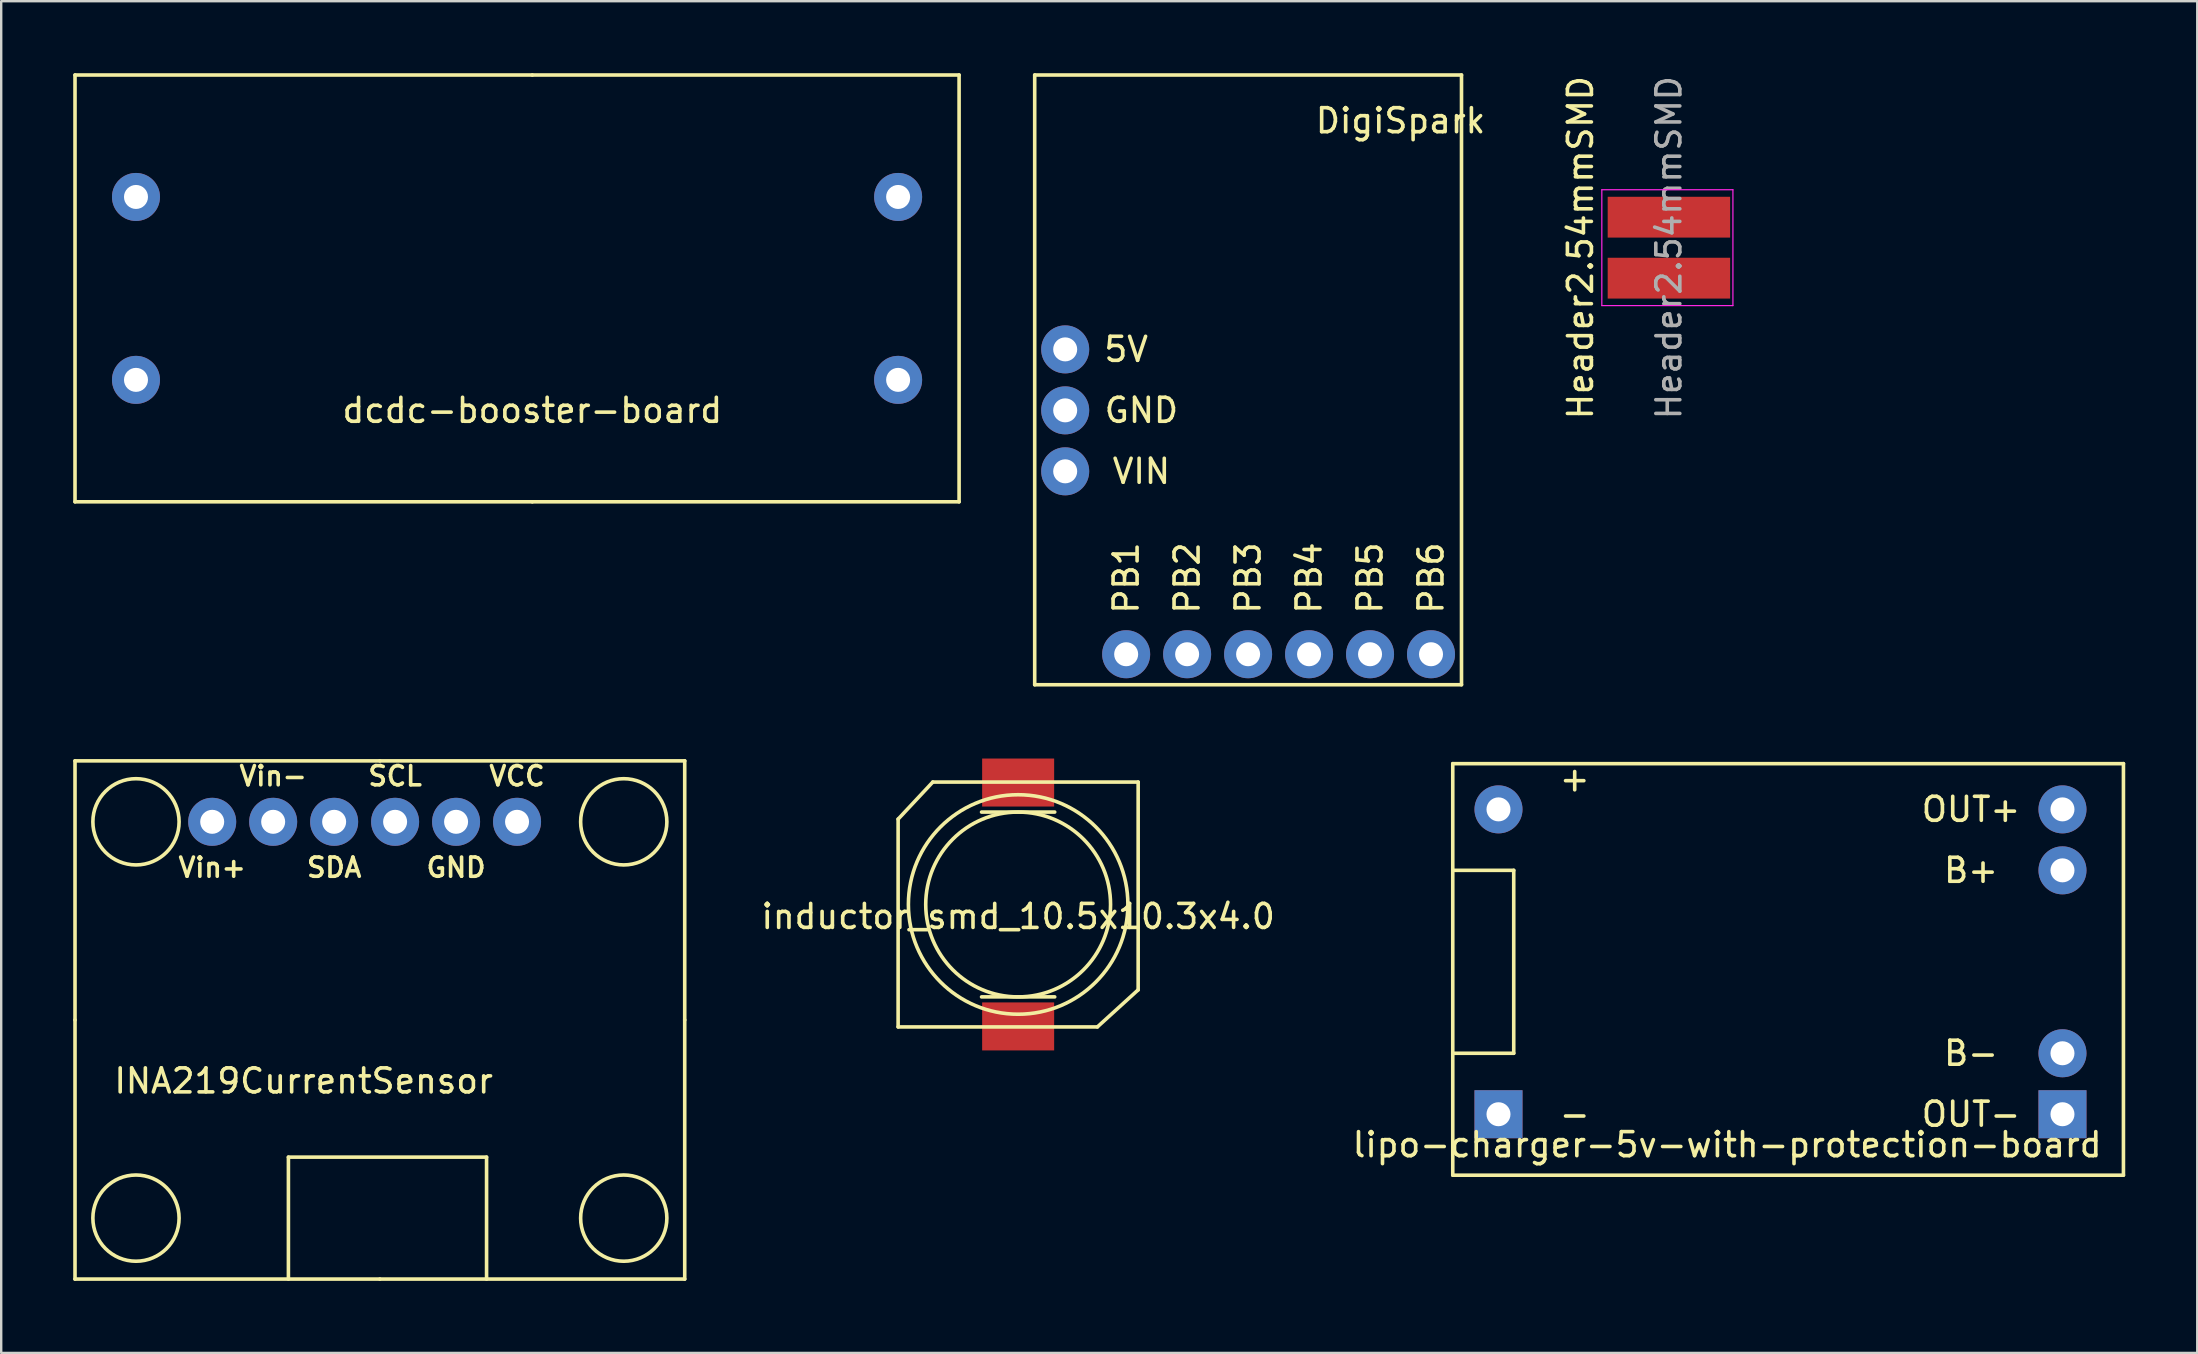
<source format=kicad_pcb>
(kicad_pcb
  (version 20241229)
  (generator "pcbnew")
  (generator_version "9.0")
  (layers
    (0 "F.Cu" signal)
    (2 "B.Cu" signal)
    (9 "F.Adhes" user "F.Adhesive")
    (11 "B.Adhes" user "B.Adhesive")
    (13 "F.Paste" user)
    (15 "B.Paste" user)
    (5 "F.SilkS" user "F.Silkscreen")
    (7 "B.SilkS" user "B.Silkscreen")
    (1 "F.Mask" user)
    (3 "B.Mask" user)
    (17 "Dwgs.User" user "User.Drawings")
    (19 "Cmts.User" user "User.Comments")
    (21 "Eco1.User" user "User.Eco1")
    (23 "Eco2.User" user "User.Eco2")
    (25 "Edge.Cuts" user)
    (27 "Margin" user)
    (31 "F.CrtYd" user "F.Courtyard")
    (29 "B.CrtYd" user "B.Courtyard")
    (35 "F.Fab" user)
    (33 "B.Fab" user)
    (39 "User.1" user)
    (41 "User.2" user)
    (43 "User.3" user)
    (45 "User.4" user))
  (footprint "INA219CurrentSensor"
    (layer "F.Cu")
    (at 12.775 39.441)
    (property "Reference" "INA219CurrentSensor" (at -3.175 2.54 0) (layer "F.SilkS") (effects (font (size 1 1) (thickness 0.15))))
    (attr through_hole)
    (fp_line (start -12.7 -10.795) (end 0 -10.795) (stroke (width 0.15) (type solid)) (layer "F.SilkS"))
    (fp_line (start -12.7 0) (end -12.7 -10.795) (stroke (width 0.15) (type solid)) (layer "F.SilkS"))
    (fp_line (start -12.7 10.795) (end -12.7 0) (stroke (width 0.15) (type solid)) (layer "F.SilkS"))
    (fp_line (start -3.81 5.715) (end -3.81 10.795) (stroke (width 0.15) (type solid)) (layer "F.SilkS"))
    (fp_line (start 0 -10.795) (end 12.7 -10.795) (stroke (width 0.15) (type solid)) (layer "F.SilkS"))
    (fp_line (start 0 10.795) (end -12.7 10.795) (stroke (width 0.15) (type solid)) (layer "F.SilkS"))
    (fp_line (start 4.445 5.715) (end -3.81 5.715) (stroke (width 0.15) (type solid)) (layer "F.SilkS"))
    (fp_line (start 4.445 10.795) (end 4.445 5.715) (stroke (width 0.15) (type solid)) (layer "F.SilkS"))
    (fp_line (start 12.7 -10.795) (end 12.7 0) (stroke (width 0.15) (type solid)) (layer "F.SilkS"))
    (fp_line (start 12.7 0) (end 12.7 10.795) (stroke (width 0.15) (type solid)) (layer "F.SilkS"))
    (fp_line (start 12.7 10.795) (end 0 10.795) (stroke (width 0.15) (type solid)) (layer "F.SilkS"))
    (fp_circle (center -10.16 -8.255) (end -11.43 -6.985) (stroke (width 0.15) (type solid)) (fill no) (layer "F.SilkS"))
    (fp_circle (center -10.16 8.255) (end -11.43 9.525) (stroke (width 0.15) (type solid)) (fill no) (layer "F.SilkS"))
    (fp_circle (center 10.16 -8.255) (end 8.89 -6.985) (stroke (width 0.15) (type solid)) (fill no) (layer "F.SilkS"))
    (fp_circle (center 10.16 8.255) (end 8.89 9.525) (stroke (width 0.15) (type solid)) (fill no) (layer "F.SilkS"))
    (fp_text user "VCC" (at 5.715 -10.16 0) (layer "F.SilkS") (effects (font (size 0.8 0.8) (thickness 0.15))))
    (fp_text user "SDA" (at -1.905 -6.35 0) (layer "F.SilkS") (effects (font (size 0.8 0.8) (thickness 0.15))))
    (fp_text user "Vin-" (at -4.445 -10.16 0) (layer "F.SilkS") (effects (font (size 0.8 0.8) (thickness 0.15))))
    (fp_text user "Vin+" (at -6.985 -6.35 0) (layer "F.SilkS") (effects (font (size 0.8 0.8) (thickness 0.15))))
    (fp_text user "GND" (at 3.175 -6.35 0) (layer "F.SilkS") (effects (font (size 0.8 0.8) (thickness 0.15))))
    (fp_text user "SCL" (at 0.635 -10.16 0) (layer "F.SilkS") (effects (font (size 0.8 0.8) (thickness 0.15))))
    (pad "1" thru_hole circle (at -6.985 -8.255) (size 2 2) (drill 1) (layers "*.Cu" "*.Mask"))
    (pad "2" thru_hole circle (at -4.445 -8.255) (size 2 2) (drill 1) (layers "*.Cu" "*.Mask"))
    (pad "3" thru_hole circle (at -1.905 -8.255) (size 2 2) (drill 1) (layers "*.Cu" "*.Mask"))
    (pad "4" thru_hole circle (at 0.635 -8.255) (size 2 2) (drill 1) (layers "*.Cu" "*.Mask"))
    (pad "5" thru_hole circle (at 3.175 -8.255) (size 2 2) (drill 1) (layers "*.Cu" "*.Mask"))
    (pad "6" thru_hole circle (at 5.715 -8.255) (size 2 2) (drill 1) (layers "*.Cu" "*.Mask")))
  (footprint "DigiSpark"
    (layer "F.Cu")
    (at 45.135 14.045)
    (property "Reference" "DigiSpark" (at 10.16 -12.065 0) (layer "F.SilkS") (effects (font (size 1 1) (thickness 0.15))))
    (attr through_hole)
    (fp_line (start -5.08 -13.97) (end 12.7 -13.97) (stroke (width 0.15) (type solid)) (layer "F.SilkS"))
    (fp_line (start -5.08 11.43) (end -5.08 -13.97) (stroke (width 0.15) (type solid)) (layer "F.SilkS"))
    (fp_line (start 12.7 -13.97) (end 12.7 11.43) (stroke (width 0.15) (type solid)) (layer "F.SilkS"))
    (fp_line (start 12.7 11.43) (end -5.08 11.43) (stroke (width 0.15) (type solid)) (layer "F.SilkS"))
    (fp_text user "VIN" (at -0.635 2.54 0) (layer "F.SilkS") (effects (font (size 1 1) (thickness 0.15))))
    (fp_text user "PB1" (at -1.27 6.985 90) (layer "F.SilkS") (effects (font (size 1 1) (thickness 0.15))))
    (fp_text user "PB6" (at 11.43 6.985 90) (layer "F.SilkS") (effects (font (size 1 1) (thickness 0.15))))
    (fp_text user "5V" (at -1.27 -2.54 0) (layer "F.SilkS") (effects (font (size 1 1) (thickness 0.15))))
    (fp_text user "PB3" (at 3.81 6.985 90) (layer "F.SilkS") (effects (font (size 1 1) (thickness 0.15))))
    (fp_text user "GND" (at -0.635 0 0) (layer "F.SilkS") (effects (font (size 1 1) (thickness 0.15))))
    (fp_text user "PB2" (at 1.27 6.985 90) (layer "F.SilkS") (effects (font (size 1 1) (thickness 0.15))))
    (fp_text user "PB5" (at 8.89 6.985 90) (layer "F.SilkS") (effects (font (size 1 1) (thickness 0.15))))
    (fp_text user "PB4" (at 6.35 6.985 90) (layer "F.SilkS") (effects (font (size 1 1) (thickness 0.15))))
    (pad "1" thru_hole circle (at -3.81 -2.54) (size 2 2) (drill 1) (layers "*.Cu" "*.Mask"))
    (pad "2" thru_hole circle (at -3.81 0) (size 2 2) (drill 1) (layers "*.Cu" "*.Mask"))
    (pad "3" thru_hole circle (at -3.81 2.54) (size 2 2) (drill 1) (layers "*.Cu" "*.Mask"))
    (pad "4" thru_hole circle (at -1.27 10.16) (size 2 2) (drill 1) (layers "*.Cu" "*.Mask"))
    (pad "5" thru_hole circle (at 1.27 10.16) (size 2 2) (drill 1) (layers "*.Cu" "*.Mask"))
    (pad "6" thru_hole circle (at 3.81 10.16) (size 2 2) (drill 1) (layers "*.Cu" "*.Mask"))
    (pad "7" thru_hole circle (at 6.35 10.16) (size 2 2) (drill 1) (layers "*.Cu" "*.Mask"))
    (pad "8" thru_hole circle (at 8.89 10.16) (size 2 2) (drill 1) (layers "*.Cu" "*.Mask"))
    (pad "9" thru_hole circle (at 11.43 10.16) (size 2 2) (drill 1) (layers "*.Cu" "*.Mask")))
  (footprint "dcdc-booster-board"
    (layer "F.Cu")
    (at 19.125 8.965)
    (property "Reference" "dcdc-booster-board" (at 0 5.08 0) (layer "F.SilkS") (effects (font (size 1 1) (thickness 0.15))))
    (attr through_hole)
    (fp_line (start -19.05 -8.89) (end -19.05 8.89) (stroke (width 0.15) (type solid)) (layer "F.SilkS"))
    (fp_line (start -19.05 8.89) (end 0 8.89) (stroke (width 0.15) (type solid)) (layer "F.SilkS"))
    (fp_line (start 0 -8.89) (end -19.05 -8.89) (stroke (width 0.15) (type solid)) (layer "F.SilkS"))
    (fp_line (start 0 8.89) (end 17.78 8.89) (stroke (width 0.15) (type solid)) (layer "F.SilkS"))
    (fp_line (start 17.78 -8.89) (end 0 -8.89) (stroke (width 0.15) (type solid)) (layer "F.SilkS"))
    (fp_line (start 17.78 -8.89) (end 17.78 8.89) (stroke (width 0.15) (type solid)) (layer "F.SilkS"))
    (pad "1" thru_hole circle (at -16.51 -3.81) (size 2 2) (drill 1) (layers "*.Cu" "*.Mask"))
    (pad "2" thru_hole circle (at -16.51 3.81) (size 2 2) (drill 1) (layers "*.Cu" "*.Mask"))
    (pad "3" thru_hole circle (at 15.24 3.81) (size 2 2) (drill 1) (layers "*.Cu" "*.Mask"))
    (pad "4" thru_hole circle (at 15.24 -3.81) (size 2 2) (drill 1) (layers "*.Cu" "*.Mask")))
  (footprint "inductor_smd_10.5x10.3x4.0"
    (layer "F.Cu")
    (at 39.365 34.63)
    (property "Reference" "inductor_smd_10.5x10.3x4.0" (at 0 0.5 0) (layer "F.SilkS") (effects (font (size 1 1) (thickness 0.15))))
    (attr through_hole)
    (fp_line (start -5 -3.556) (end -5 5.1) (stroke (width 0.15) (type solid)) (layer "F.SilkS"))
    (fp_line (start -5 -3.556) (end -3.556 -5.1) (stroke (width 0.15) (type solid)) (layer "F.SilkS"))
    (fp_line (start -5 5.1) (end 3.302 5.1) (stroke (width 0.15) (type solid)) (layer "F.SilkS"))
    (fp_line (start -3.556 -5.1) (end 5 -5.1) (stroke (width 0.15) (type solid)) (layer "F.SilkS"))
    (fp_line (start -1.524 -3.85) (end 1.524 -3.85) (stroke (width 0.15) (type solid)) (layer "F.SilkS"))
    (fp_line (start -1.524 3.85) (end 1.524 3.85) (stroke (width 0.15) (type solid)) (layer "F.SilkS"))
    (fp_line (start 3.302 5.1) (end 5 3.556) (stroke (width 0.15) (type solid)) (layer "F.SilkS"))
    (fp_line (start 5 -5.1) (end 5 3.556) (stroke (width 0.15) (type solid)) (layer "F.SilkS"))
    (fp_circle (center 0 0) (end 0 -4.572) (stroke (width 0.15) (type solid)) (fill no) (layer "F.SilkS"))
    (fp_circle (center 0 0) (end 3.85 0) (stroke (width 0.15) (type solid)) (fill no) (layer "F.SilkS"))
    (pad "1" smd rect (at 0 -5.08) (size 3 2) (layers "F.Cu" "F.Mask" "F.Paste"))
    (pad "2" smd rect (at 0 5.08) (size 3 2) (layers "F.Cu" "F.Mask" "F.Paste")))
  (footprint "lipo-charger-5v-with-protection-board"
    (layer "F.Cu")
    (at 72.076 37.018)
    (property "Reference" "lipo-charger-5v-with-protection-board" (at -3.175 7.62 0) (layer "F.SilkS") (effects (font (size 1 1) (thickness 0.15))))
    (attr through_hole)
    (fp_line (start -14.605 -8.255) (end -14.605 8.89) (stroke (width 0.15) (type solid)) (layer "F.SilkS"))
    (fp_line (start -14.605 -8.255) (end 13.335 -8.255) (stroke (width 0.15) (type solid)) (layer "F.SilkS"))
    (fp_line (start -14.605 3.81) (end -12.065 3.81) (stroke (width 0.15) (type solid)) (layer "F.SilkS"))
    (fp_line (start -12.065 -3.81) (end -14.605 -3.81) (stroke (width 0.15) (type solid)) (layer "F.SilkS"))
    (fp_line (start -12.065 -3.81) (end -12.065 3.81) (stroke (width 0.15) (type solid)) (layer "F.SilkS"))
    (fp_line (start 13.335 -8.255) (end 13.335 8.89) (stroke (width 0.15) (type solid)) (layer "F.SilkS"))
    (fp_line (start 13.335 8.89) (end -14.605 8.89) (stroke (width 0.15) (type solid)) (layer "F.SilkS"))
    (fp_text user "B+" (at 6.985 -3.81 0) (layer "F.SilkS") (effects (font (size 1 1) (thickness 0.15))))
    (fp_text user "B-" (at 6.985 3.81 0) (layer "F.SilkS") (effects (font (size 1 1) (thickness 0.15))))
    (fp_text user "OUT+" (at 6.985 -6.35 0) (layer "F.SilkS") (effects (font (size 1 1) (thickness 0.15))))
    (fp_text user "+" (at -9.525 -7.62 0) (layer "F.SilkS") (effects (font (size 1 1) (thickness 0.15))))
    (fp_text user "OUT-" (at 6.985 6.35 0) (layer "F.SilkS") (effects (font (size 1 1) (thickness 0.15))))
    (fp_text user "-" (at -9.525 6.35 0) (layer "F.SilkS") (effects (font (size 1 1) (thickness 0.15))))
    (pad "1" thru_hole circle (at -12.7 -6.35) (size 2 2) (drill 1) (layers "*.Cu" "*.Mask"))
    (pad "2" thru_hole rect (at -12.7 6.35) (size 2 2) (drill 1) (layers "*.Cu" "*.Mask"))
    (pad "3" thru_hole circle (at 10.795 3.81) (size 2 2) (drill 1) (layers "*.Cu" "*.Mask"))
    (pad "4" thru_hole circle (at 10.795 -3.81) (size 2 2) (drill 1) (layers "*.Cu" "*.Mask"))
    (pad "5" thru_hole rect (at 10.795 6.35) (size 2 2) (drill 1) (layers "*.Cu" "*.Mask"))
    (pad "6" thru_hole circle (at 10.795 -6.35) (size 2 2) (drill 1) (layers "*.Cu" "*.Mask")))
  (footprint "Header2.54mmSMD"
    (layer "F.Cu")
    (at 66.475 5.998)
    (property "Reference" "Header2.54mmSMD" (at -3.683 1.27 270) (layer "F.SilkS") (effects (font (size 1 1) (thickness 0.15))))
    (attr through_hole)
    (fp_line (start -2.794 -1.143) (end -2.794 3.683) (stroke (width 0.05) (type solid)) (layer "F.CrtYd"))
    (fp_line (start -2.794 3.683) (end 2.667 3.683) (stroke (width 0.05) (type solid)) (layer "F.CrtYd"))
    (fp_line (start 2.667 -1.143) (end -2.794 -1.143) (stroke (width 0.05) (type solid)) (layer "F.CrtYd"))
    (fp_line (start 2.667 3.683) (end 2.667 -1.143) (stroke (width 0.05) (type solid)) (layer "F.CrtYd"))
    (fp_text user "${REFERENCE}" (at 0 1.27 90) (layer "F.Fab") (effects (font (size 1 1) (thickness 0.15))))
    (pad "1" smd rect (at 0 0) (size 5.1 1.7) (layers "F.Cu" "F.Mask" "F.Paste"))
    (pad "2" smd rect (at 0 2.54) (size 5.1 1.7) (layers "F.Cu" "F.Mask" "F.Paste")))
  (gr_rect
    (start -3 -3)
    (end 88.486 53.311)
    (stroke (width 0.1) (type default))
    (fill no)
    (layer "Edge.Cuts")))
</source>
